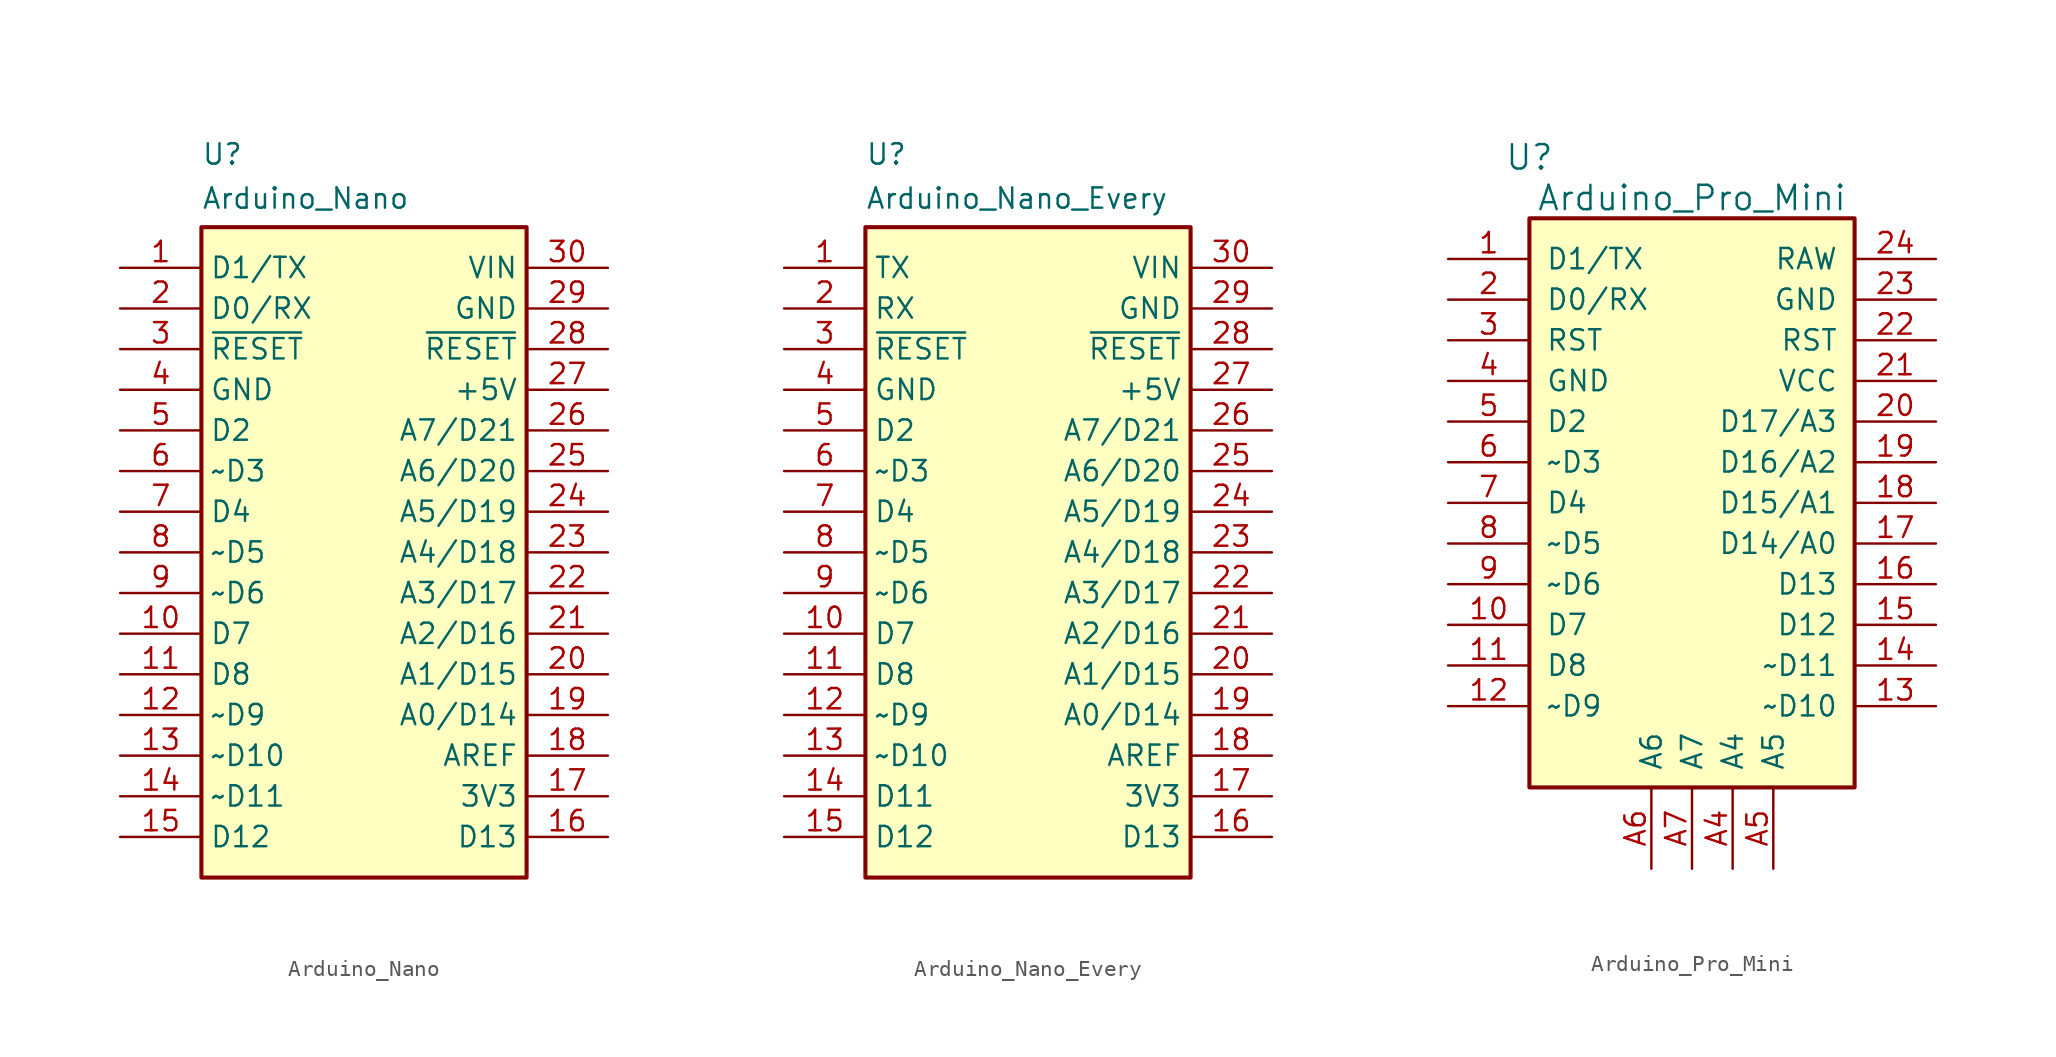
<source format=kicad_sym>
(kicad_symbol_lib
  (version 20220914)
  (generator kicad_symbol_editor)
  (symbol "Arduino_Nano"
    (property "Reference" "U"
      (at -10.16 24.13 0)
      (effects (font (size 1.27 1.27)) (justify left bottom)))
    (property "Value" "Arduino_Nano"
      (at -10.16 22.86 0)
      (effects (font (size 1.27 1.27)) (justify left top)))
    (symbol "Arduino_Nano_0_1"
      (rectangle (start -10.16 20.32) (end 10.16 -20.32) (stroke (width 0.254) (type solid)) (fill (type background))))
    (symbol "Arduino_Nano_1_1"
      (pin bidirectional line (at -15.24 17.78 0) (length 5.08) (name "D1/TX" (effects (font (size 1.27 1.27)))) (number "1" (effects (font (size 1.27 1.27)))))
      (pin bidirectional line (at -15.24 -5.08 0) (length 5.08) (name "D7" (effects (font (size 1.27 1.27)))) (number "10" (effects (font (size 1.27 1.27)))))
      (pin bidirectional line (at -15.24 -7.62 0) (length 5.08) (name "D8" (effects (font (size 1.27 1.27)))) (number "11" (effects (font (size 1.27 1.27)))))
      (pin bidirectional line (at -15.24 -10.16 0) (length 5.08) (name "~D9" (effects (font (size 1.27 1.27)))) (number "12" (effects (font (size 1.27 1.27)))))
      (pin bidirectional line (at -15.24 -12.7 0) (length 5.08) (name "~D10" (effects (font (size 1.27 1.27)))) (number "13" (effects (font (size 1.27 1.27)))))
      (pin bidirectional line (at -15.24 -15.24 0) (length 5.08) (name "~D11" (effects (font (size 1.27 1.27)))) (number "14" (effects (font (size 1.27 1.27)))))
      (pin bidirectional line (at -15.24 -17.78 0) (length 5.08) (name "D12" (effects (font (size 1.27 1.27)))) (number "15" (effects (font (size 1.27 1.27)))))
      (pin bidirectional line (at 15.24 -17.78 180) (length 5.08) (name "D13" (effects (font (size 1.27 1.27)))) (number "16" (effects (font (size 1.27 1.27)))))
      (pin power_out line (at 15.24 -15.24 180) (length 5.08) (name "3V3" (effects (font (size 1.27 1.27)))) (number "17" (effects (font (size 1.27 1.27)))))
      (pin input line (at 15.24 -12.7 180) (length 5.08) (name "AREF" (effects (font (size 1.27 1.27)))) (number "18" (effects (font (size 1.27 1.27)))))
      (pin bidirectional line (at 15.24 -10.16 180) (length 5.08) (name "A0/D14" (effects (font (size 1.27 1.27)))) (number "19" (effects (font (size 1.27 1.27)))))
      (pin bidirectional line (at -15.24 15.24 0) (length 5.08) (name "D0/RX" (effects (font (size 1.27 1.27)))) (number "2" (effects (font (size 1.27 1.27)))))
      (pin bidirectional line (at 15.24 -7.62 180) (length 5.08) (name "A1/D15" (effects (font (size 1.27 1.27)))) (number "20" (effects (font (size 1.27 1.27)))))
      (pin bidirectional line (at 15.24 -5.08 180) (length 5.08) (name "A2/D16" (effects (font (size 1.27 1.27)))) (number "21" (effects (font (size 1.27 1.27)))))
      (pin bidirectional line (at 15.24 -2.54 180) (length 5.08) (name "A3/D17" (effects (font (size 1.27 1.27)))) (number "22" (effects (font (size 1.27 1.27)))))
      (pin bidirectional line (at 15.24 0 180) (length 5.08) (name "A4/D18" (effects (font (size 1.27 1.27)))) (number "23" (effects (font (size 1.27 1.27)))))
      (pin bidirectional line (at 15.24 2.54 180) (length 5.08) (name "A5/D19" (effects (font (size 1.27 1.27)))) (number "24" (effects (font (size 1.27 1.27)))))
      (pin bidirectional line (at 15.24 5.08 180) (length 5.08) (name "A6/D20" (effects (font (size 1.27 1.27)))) (number "25" (effects (font (size 1.27 1.27)))))
      (pin bidirectional line (at 15.24 7.62 180) (length 5.08) (name "A7/D21" (effects (font (size 1.27 1.27)))) (number "26" (effects (font (size 1.27 1.27)))))
      (pin power_out line (at 15.24 10.16 180) (length 5.08) (name "+5V" (effects (font (size 1.27 1.27)))) (number "27" (effects (font (size 1.27 1.27)))))
      (pin input line (at 15.24 12.7 180) (length 5.08) (name "~{RESET}" (effects (font (size 1.27 1.27)))) (number "28" (effects (font (size 1.27 1.27)))))
      (pin power_in line (at 15.24 15.24 180) (length 5.08) (name "GND" (effects (font (size 1.27 1.27)))) (number "29" (effects (font (size 1.27 1.27)))))
      (pin input line (at -15.24 12.7 0) (length 5.08) (name "~{RESET}" (effects (font (size 1.27 1.27)))) (number "3" (effects (font (size 1.27 1.27)))))
      (pin power_in line (at 15.24 17.78 180) (length 5.08) (name "VIN" (effects (font (size 1.27 1.27)))) (number "30" (effects (font (size 1.27 1.27)))))
      (pin power_in line (at -15.24 10.16 0) (length 5.08) (name "GND" (effects (font (size 1.27 1.27)))) (number "4" (effects (font (size 1.27 1.27)))))
      (pin bidirectional line (at -15.24 7.62 0) (length 5.08) (name "D2" (effects (font (size 1.27 1.27)))) (number "5" (effects (font (size 1.27 1.27)))))
      (pin bidirectional line (at -15.24 5.08 0) (length 5.08) (name "~D3" (effects (font (size 1.27 1.27)))) (number "6" (effects (font (size 1.27 1.27)))))
      (pin bidirectional line (at -15.24 2.54 0) (length 5.08) (name "D4" (effects (font (size 1.27 1.27)))) (number "7" (effects (font (size 1.27 1.27)))))
      (pin bidirectional line (at -15.24 0 0) (length 5.08) (name "~D5" (effects (font (size 1.27 1.27)))) (number "8" (effects (font (size 1.27 1.27)))))
      (pin bidirectional line (at -15.24 -2.54 0) (length 5.08) (name "~D6" (effects (font (size 1.27 1.27)))) (number "9" (effects (font (size 1.27 1.27)))))))
  (symbol "Arduino_Nano_Every"
    (property "Reference" "U"
      (at -10.16 26.67 0)
      (effects (font (size 1.27 1.27)) (justify left bottom)))
    (property "Value" "Arduino_Nano_Every"
      (at -10.16 25.4 0)
      (effects (font (size 1.27 1.27)) (justify left top)))
    (symbol "Arduino_Nano_Every_0_1"
      (rectangle (start -10.16 22.86) (end 10.16 -17.78) (stroke (width 0.254) (type solid)) (fill (type background))))
    (symbol "Arduino_Nano_Every_1_1"
      (pin bidirectional line (at -15.24 20.32 0) (length 5.08) (name "TX" (effects (font (size 1.27 1.27)))) (number "1" (effects (font (size 1.27 1.27)))))
      (pin bidirectional line (at -15.24 -2.54 0) (length 5.08) (name "D7" (effects (font (size 1.27 1.27)))) (number "10" (effects (font (size 1.27 1.27)))))
      (pin bidirectional line (at -15.24 -5.08 0) (length 5.08) (name "D8" (effects (font (size 1.27 1.27)))) (number "11" (effects (font (size 1.27 1.27)))))
      (pin bidirectional line (at -15.24 -7.62 0) (length 5.08) (name "~D9" (effects (font (size 1.27 1.27)))) (number "12" (effects (font (size 1.27 1.27)))))
      (pin bidirectional line (at -15.24 -10.16 0) (length 5.08) (name "~D10" (effects (font (size 1.27 1.27)))) (number "13" (effects (font (size 1.27 1.27)))))
      (pin bidirectional line (at -15.24 -12.7 0) (length 5.08) (name "D11" (effects (font (size 1.27 1.27)))) (number "14" (effects (font (size 1.27 1.27)))))
      (pin bidirectional line (at -15.24 -15.24 0) (length 5.08) (name "D12" (effects (font (size 1.27 1.27)))) (number "15" (effects (font (size 1.27 1.27)))))
      (pin bidirectional line (at 15.24 -15.24 180) (length 5.08) (name "D13" (effects (font (size 1.27 1.27)))) (number "16" (effects (font (size 1.27 1.27)))))
      (pin power_out line (at 15.24 -12.7 180) (length 5.08) (name "3V3" (effects (font (size 1.27 1.27)))) (number "17" (effects (font (size 1.27 1.27)))))
      (pin input line (at 15.24 -10.16 180) (length 5.08) (name "AREF" (effects (font (size 1.27 1.27)))) (number "18" (effects (font (size 1.27 1.27)))))
      (pin bidirectional line (at 15.24 -7.62 180) (length 5.08) (name "A0/D14" (effects (font (size 1.27 1.27)))) (number "19" (effects (font (size 1.27 1.27)))))
      (pin bidirectional line (at -15.24 17.78 0) (length 5.08) (name "RX" (effects (font (size 1.27 1.27)))) (number "2" (effects (font (size 1.27 1.27)))))
      (pin bidirectional line (at 15.24 -5.08 180) (length 5.08) (name "A1/D15" (effects (font (size 1.27 1.27)))) (number "20" (effects (font (size 1.27 1.27)))))
      (pin bidirectional line (at 15.24 -2.54 180) (length 5.08) (name "A2/D16" (effects (font (size 1.27 1.27)))) (number "21" (effects (font (size 1.27 1.27)))))
      (pin bidirectional line (at 15.24 0 180) (length 5.08) (name "A3/D17" (effects (font (size 1.27 1.27)))) (number "22" (effects (font (size 1.27 1.27)))))
      (pin bidirectional line (at 15.24 2.54 180) (length 5.08) (name "A4/D18" (effects (font (size 1.27 1.27)))) (number "23" (effects (font (size 1.27 1.27)))))
      (pin bidirectional line (at 15.24 5.08 180) (length 5.08) (name "A5/D19" (effects (font (size 1.27 1.27)))) (number "24" (effects (font (size 1.27 1.27)))))
      (pin bidirectional line (at 15.24 7.62 180) (length 5.08) (name "A6/D20" (effects (font (size 1.27 1.27)))) (number "25" (effects (font (size 1.27 1.27)))))
      (pin bidirectional line (at 15.24 10.16 180) (length 5.08) (name "A7/D21" (effects (font (size 1.27 1.27)))) (number "26" (effects (font (size 1.27 1.27)))))
      (pin power_out line (at 15.24 12.7 180) (length 5.08) (name "+5V" (effects (font (size 1.27 1.27)))) (number "27" (effects (font (size 1.27 1.27)))))
      (pin input line (at 15.24 15.24 180) (length 5.08) (name "~{RESET}" (effects (font (size 1.27 1.27)))) (number "28" (effects (font (size 1.27 1.27)))))
      (pin power_in line (at 15.24 17.78 180) (length 5.08) (name "GND" (effects (font (size 1.27 1.27)))) (number "29" (effects (font (size 1.27 1.27)))))
      (pin input line (at -15.24 15.24 0) (length 5.08) (name "~{RESET}" (effects (font (size 1.27 1.27)))) (number "3" (effects (font (size 1.27 1.27)))))
      (pin power_in line (at 15.24 20.32 180) (length 5.08) (name "VIN" (effects (font (size 1.27 1.27)))) (number "30" (effects (font (size 1.27 1.27)))))
      (pin power_in line (at -15.24 12.7 0) (length 5.08) (name "GND" (effects (font (size 1.27 1.27)))) (number "4" (effects (font (size 1.27 1.27)))))
      (pin bidirectional line (at -15.24 10.16 0) (length 5.08) (name "D2" (effects (font (size 1.27 1.27)))) (number "5" (effects (font (size 1.27 1.27)))))
      (pin bidirectional line (at -15.24 7.62 0) (length 5.08) (name "~D3" (effects (font (size 1.27 1.27)))) (number "6" (effects (font (size 1.27 1.27)))))
      (pin bidirectional line (at -15.24 5.08 0) (length 5.08) (name "D4" (effects (font (size 1.27 1.27)))) (number "7" (effects (font (size 1.27 1.27)))))
      (pin bidirectional line (at -15.24 2.54 0) (length 5.08) (name "~D5" (effects (font (size 1.27 1.27)))) (number "8" (effects (font (size 1.27 1.27)))))
      (pin bidirectional line (at -15.24 0 0) (length 5.08) (name "~D6" (effects (font (size 1.27 1.27)))) (number "9" (effects (font (size 1.27 1.27)))))))
  (symbol "Arduino_Pro_Mini"
    (pin_names
      (offset 1.016))
    (property "Reference" "U"
      (at -10.16 21.59 0)
      (effects (font (size 1.524 1.524))))
    (property "Value" "Arduino_Pro_Mini"
      (at 0 19.05 0)
      (effects (font (size 1.524 1.524))))
    (symbol "Arduino_Pro_Mini_0_1"
      (rectangle (start -10.16 17.78) (end 10.16 -17.78) (stroke (width 0.254) (type solid)) (fill (type background))))
    (symbol "Arduino_Pro_Mini_1_1"
      (pin bidirectional line (at -15.24 15.24 0) (length 5.08) (name "D1/TX" (effects (font (size 1.27 1.27)))) (number "1" (effects (font (size 1.27 1.27)))))
      (pin bidirectional line (at -15.24 -7.62 0) (length 5.08) (name "D7" (effects (font (size 1.27 1.27)))) (number "10" (effects (font (size 1.27 1.27)))))
      (pin bidirectional line (at -15.24 -10.16 0) (length 5.08) (name "D8" (effects (font (size 1.27 1.27)))) (number "11" (effects (font (size 1.27 1.27)))))
      (pin bidirectional line (at -15.24 -12.7 0) (length 5.08) (name "~D9" (effects (font (size 1.27 1.27)))) (number "12" (effects (font (size 1.27 1.27)))))
      (pin bidirectional line (at 15.24 -12.7 180) (length 5.08) (name "~D10" (effects (font (size 1.27 1.27)))) (number "13" (effects (font (size 1.27 1.27)))))
      (pin bidirectional line (at 15.24 -10.16 180) (length 5.08) (name "~D11" (effects (font (size 1.27 1.27)))) (number "14" (effects (font (size 1.27 1.27)))))
      (pin bidirectional line (at 15.24 -7.62 180) (length 5.08) (name "D12" (effects (font (size 1.27 1.27)))) (number "15" (effects (font (size 1.27 1.27)))))
      (pin bidirectional line (at 15.24 -5.08 180) (length 5.08) (name "D13" (effects (font (size 1.27 1.27)))) (number "16" (effects (font (size 1.27 1.27)))))
      (pin bidirectional line (at 15.24 -2.54 180) (length 5.08) (name "D14/A0" (effects (font (size 1.27 1.27)))) (number "17" (effects (font (size 1.27 1.27)))))
      (pin bidirectional line (at 15.24 0 180) (length 5.08) (name "D15/A1" (effects (font (size 1.27 1.27)))) (number "18" (effects (font (size 1.27 1.27)))))
      (pin bidirectional line (at 15.24 2.54 180) (length 5.08) (name "D16/A2" (effects (font (size 1.27 1.27)))) (number "19" (effects (font (size 1.27 1.27)))))
      (pin bidirectional line (at -15.24 12.7 0) (length 5.08) (name "D0/RX" (effects (font (size 1.27 1.27)))) (number "2" (effects (font (size 1.27 1.27)))))
      (pin bidirectional line (at 15.24 5.08 180) (length 5.08) (name "D17/A3" (effects (font (size 1.27 1.27)))) (number "20" (effects (font (size 1.27 1.27)))))
      (pin power_in line (at 15.24 7.62 180) (length 5.08) (name "VCC" (effects (font (size 1.27 1.27)))) (number "21" (effects (font (size 1.27 1.27)))))
      (pin input line (at 15.24 10.16 180) (length 5.08) (name "RST" (effects (font (size 1.27 1.27)))) (number "22" (effects (font (size 1.27 1.27)))))
      (pin power_in line (at 15.24 12.7 180) (length 5.08) (name "GND" (effects (font (size 1.27 1.27)))) (number "23" (effects (font (size 1.27 1.27)))))
      (pin power_out line (at 15.24 15.24 180) (length 5.08) (name "RAW" (effects (font (size 1.27 1.27)))) (number "24" (effects (font (size 1.27 1.27)))))
      (pin input line (at -15.24 10.16 0) (length 5.08) (name "RST" (effects (font (size 1.27 1.27)))) (number "3" (effects (font (size 1.27 1.27)))))
      (pin power_in line (at -15.24 7.62 0) (length 5.08) (name "GND" (effects (font (size 1.27 1.27)))) (number "4" (effects (font (size 1.27 1.27)))))
      (pin bidirectional line (at -15.24 5.08 0) (length 5.08) (name "D2" (effects (font (size 1.27 1.27)))) (number "5" (effects (font (size 1.27 1.27)))))
      (pin bidirectional line (at -15.24 2.54 0) (length 5.08) (name "~D3" (effects (font (size 1.27 1.27)))) (number "6" (effects (font (size 1.27 1.27)))))
      (pin bidirectional line (at -15.24 0 0) (length 5.08) (name "D4" (effects (font (size 1.27 1.27)))) (number "7" (effects (font (size 1.27 1.27)))))
      (pin bidirectional line (at -15.24 -2.54 0) (length 5.08) (name "~D5" (effects (font (size 1.27 1.27)))) (number "8" (effects (font (size 1.27 1.27)))))
      (pin bidirectional line (at -15.24 -5.08 0) (length 5.08) (name "~D6" (effects (font (size 1.27 1.27)))) (number "9" (effects (font (size 1.27 1.27)))))
      (pin bidirectional line (at 2.54 -22.86 90) (length 5.08) (name "A4" (effects (font (size 1.27 1.27)))) (number "A4" (effects (font (size 1.27 1.27)))))
      (pin bidirectional line (at 5.08 -22.86 90) (length 5.08) (name "A5" (effects (font (size 1.27 1.27)))) (number "A5" (effects (font (size 1.27 1.27)))))
      (pin bidirectional line (at -2.54 -22.86 90) (length 5.08) (name "A6" (effects (font (size 1.27 1.27)))) (number "A6" (effects (font (size 1.27 1.27)))))
      (pin bidirectional line (at 0 -22.86 90) (length 5.08) (name "A7" (effects (font (size 1.27 1.27)))) (number "A7" (effects (font (size 1.27 1.27))))))))
</source>
